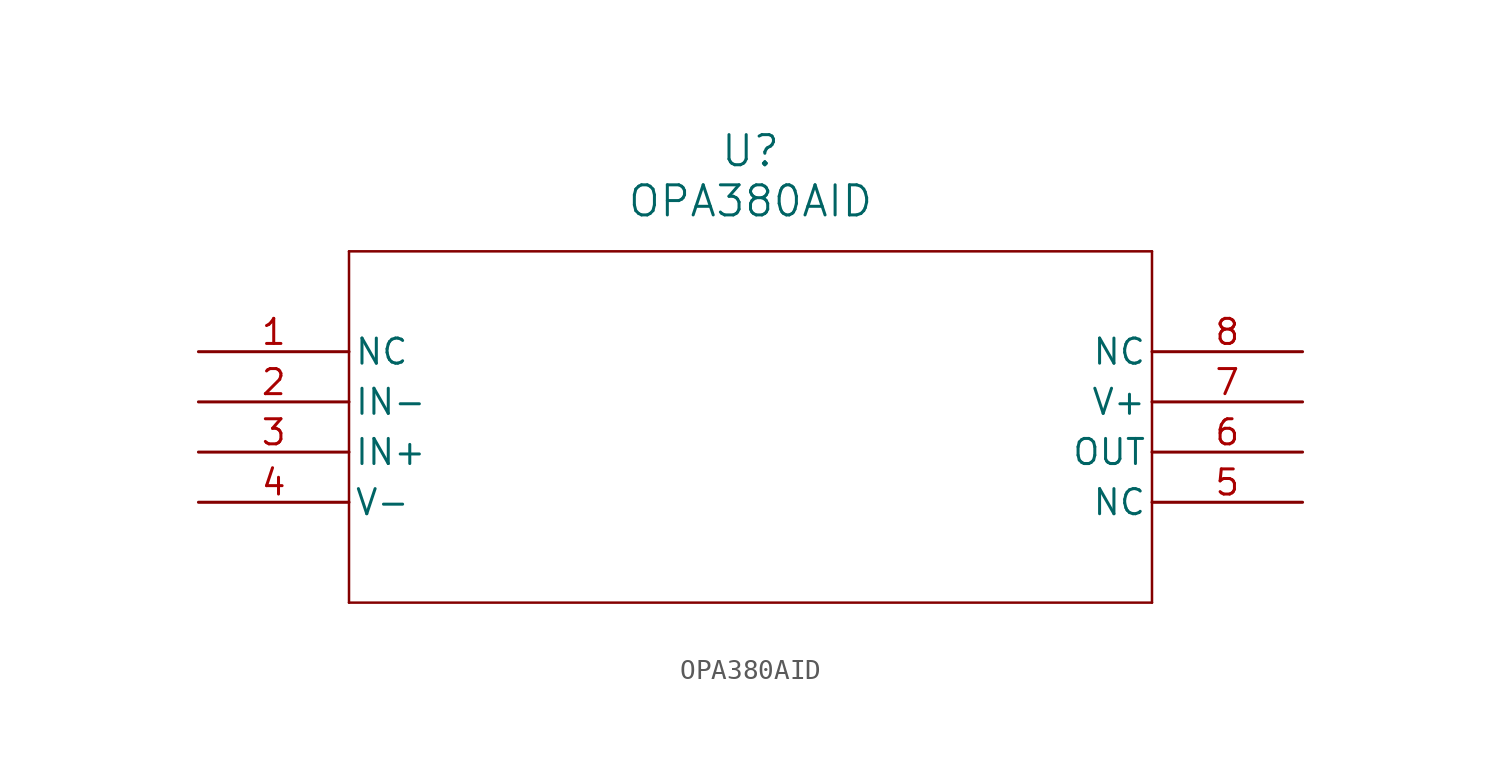
<source format=kicad_sym>
(kicad_symbol_lib
  (version 20211014)
  (generator kicad_symbol_editor)
  (symbol "OPA380AID"
    (pin_names
      (offset 0.254))
    (property "Reference" "U"
      (at 27.94 10.16 0)
      (effects (font (size 1.524 1.524))))
    (property "Value" "OPA380AID"
      (at 27.94 7.62 0)
      (effects (font (size 1.524 1.524))))
    (symbol "OPA380AID_0_1"
      (polyline (pts (xy 7.62 5.08) (xy 7.62 -12.7)) (stroke (width 0.127) (type default) (color 0 0 0 0)) (fill (type none)))
      (polyline (pts (xy 7.62 -12.7) (xy 48.26 -12.7)) (stroke (width 0.127) (type default) (color 0 0 0 0)) (fill (type none)))
      (polyline (pts (xy 48.26 -12.7) (xy 48.26 5.08)) (stroke (width 0.127) (type default) (color 0 0 0 0)) (fill (type none)))
      (polyline (pts (xy 48.26 5.08) (xy 7.62 5.08)) (stroke (width 0.127) (type default) (color 0 0 0 0)) (fill (type none)))
      (pin unspecified line (at 0 0 0) (length 7.62) (name "NC" (effects (font (size 1.27 1.27)))) (number "1" (effects (font (size 1.27 1.27)))))
      (pin input line (at 0 -2.54 0) (length 7.62) (name "IN-" (effects (font (size 1.27 1.27)))) (number "2" (effects (font (size 1.27 1.27)))))
      (pin input line (at 0 -5.08 0) (length 7.62) (name "IN+" (effects (font (size 1.27 1.27)))) (number "3" (effects (font (size 1.27 1.27)))))
      (pin power_in line (at 0 -7.62 0) (length 7.62) (name "V-" (effects (font (size 1.27 1.27)))) (number "4" (effects (font (size 1.27 1.27)))))
      (pin unspecified line (at 55.88 -7.62 180) (length 7.62) (name "NC" (effects (font (size 1.27 1.27)))) (number "5" (effects (font (size 1.27 1.27)))))
      (pin output line (at 55.88 -5.08 180) (length 7.62) (name "OUT" (effects (font (size 1.27 1.27)))) (number "6" (effects (font (size 1.27 1.27)))))
      (pin power_in line (at 55.88 -2.54 180) (length 7.62) (name "V+" (effects (font (size 1.27 1.27)))) (number "7" (effects (font (size 1.27 1.27)))))
      (pin unspecified line (at 55.88 0 180) (length 7.62) (name "NC" (effects (font (size 1.27 1.27)))) (number "8" (effects (font (size 1.27 1.27))))))))
</source>
